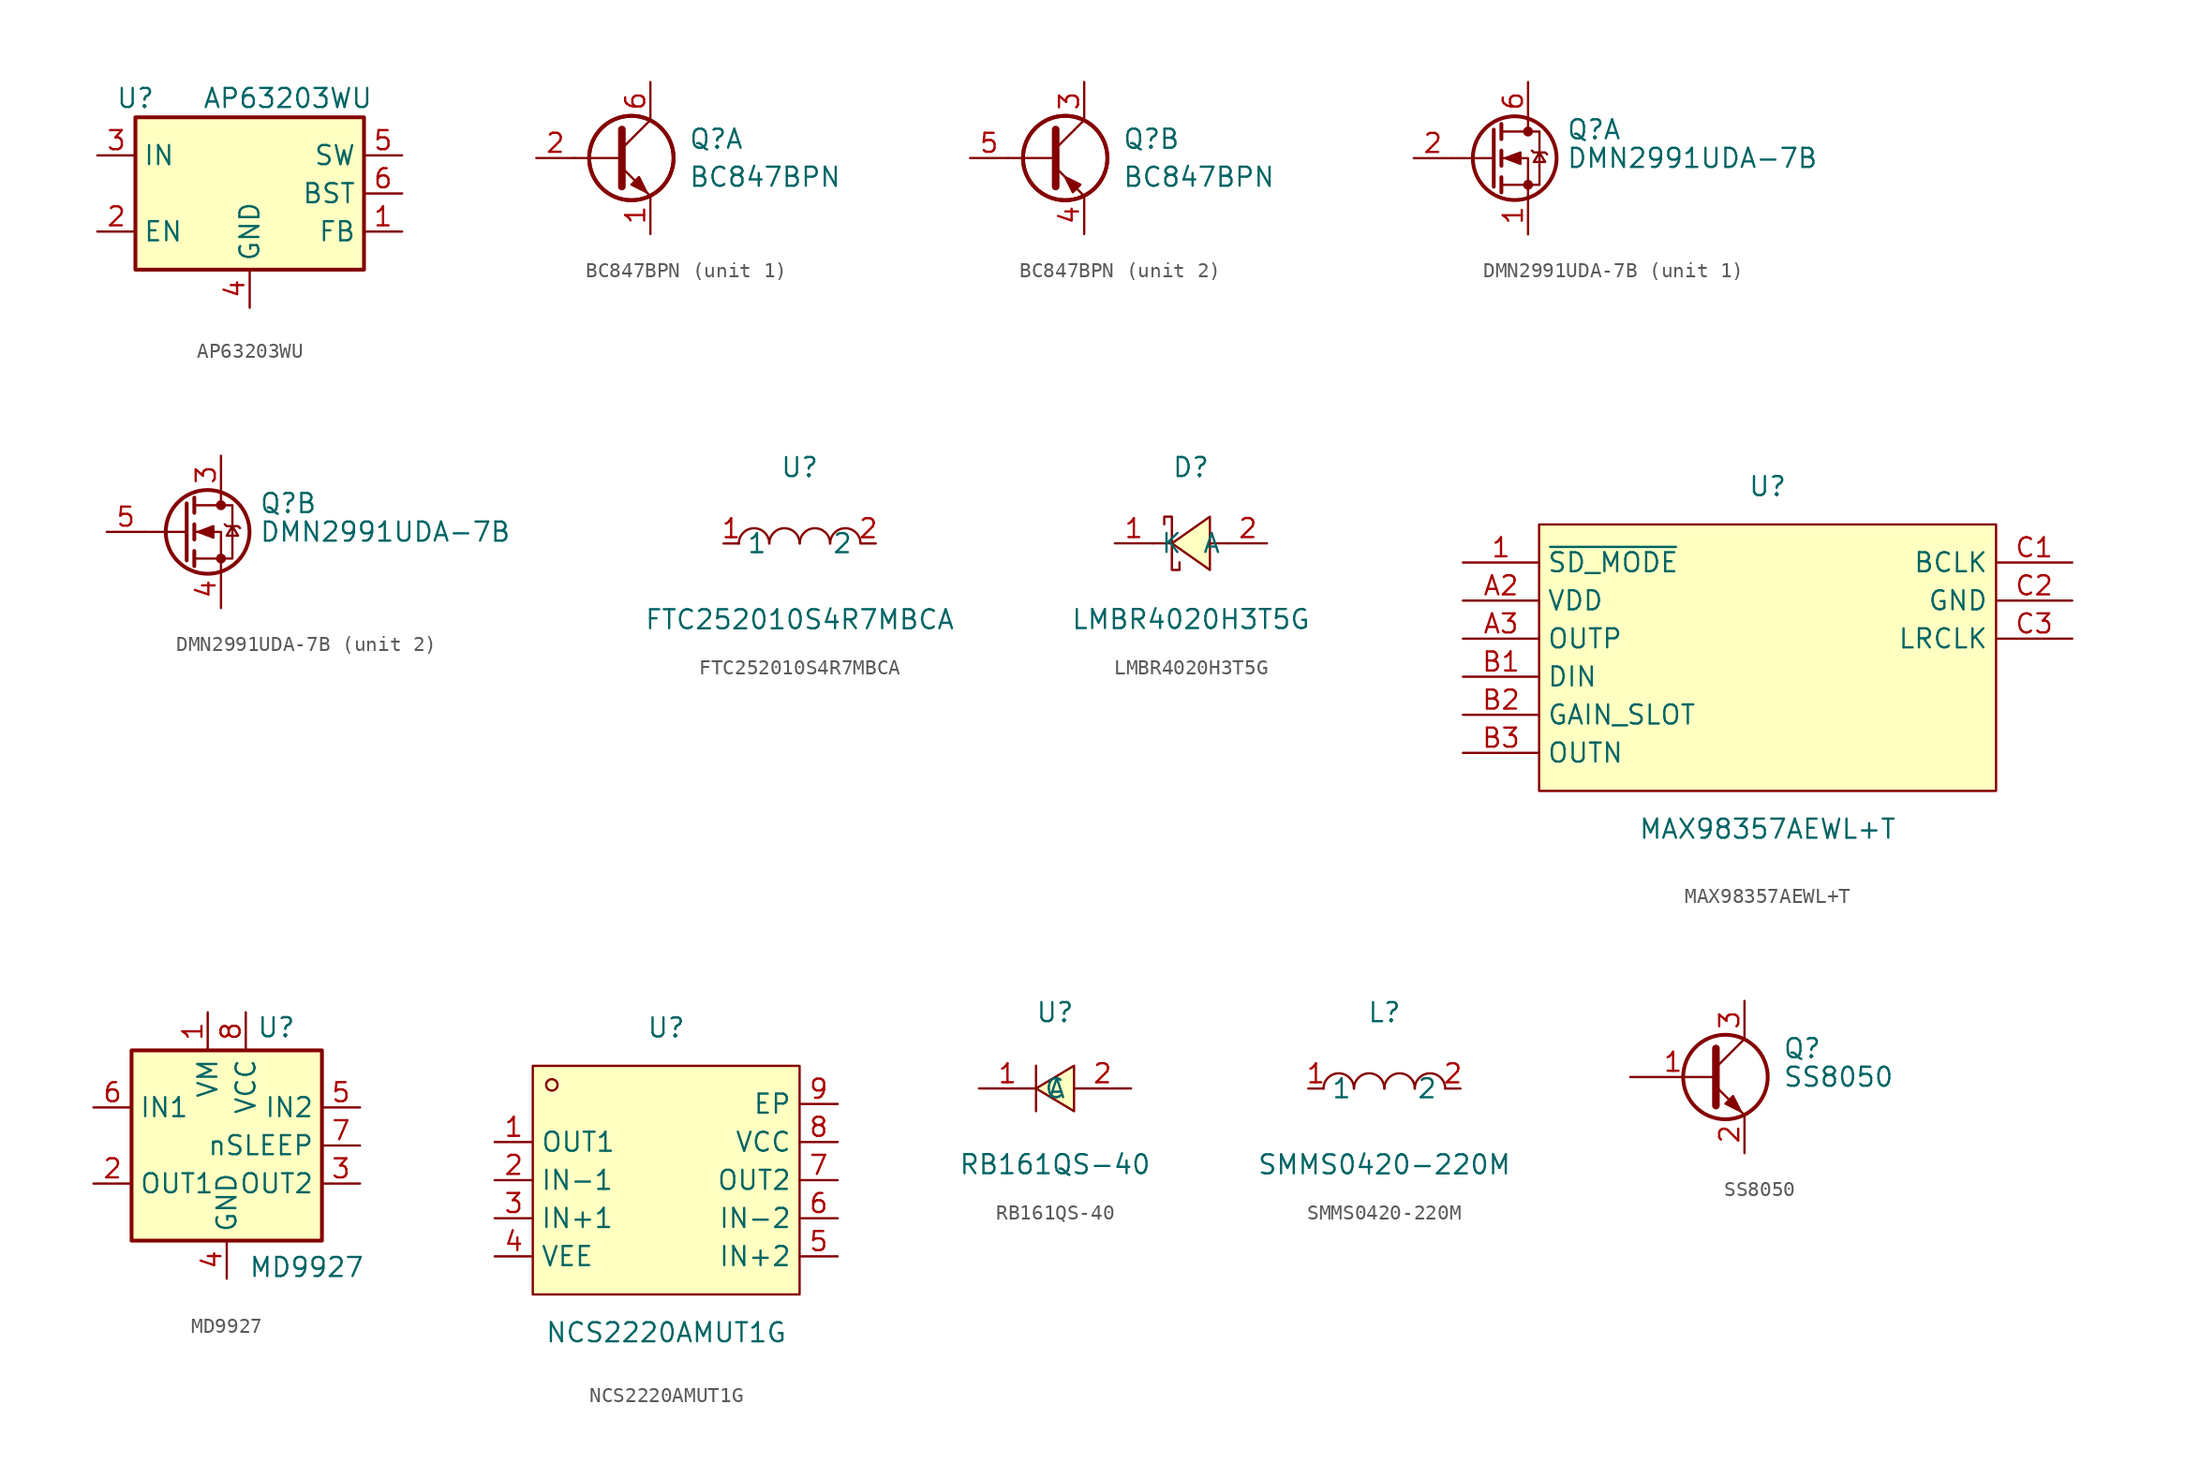
<source format=kicad_sym>
(kicad_symbol_lib
  (version 20241209)
  (generator "kicad_symbol_editor")
  (generator_version "9.0")
  (symbol "AP63203WU"
    (property "Reference" "U"
      (at -7.62 6.35 0)
      (effects (font (size 1.27 1.27))))
    (property "Value" "AP63203WU"
      (at 2.54 6.35 0)
      (effects (font (size 1.27 1.27))))
    (symbol "AP63203WU_0_1"
      (rectangle (start -7.62 5.08) (end 7.62 -5.08) (stroke (width 0.254) (type default)) (fill (type background))))
    (symbol "AP63203WU_1_1"
      (pin power_in line (at -10.16 2.54 0) (length 2.54) (name "IN" (effects (font (size 1.27 1.27)))) (number "3" (effects (font (size 1.27 1.27)))))
      (pin input line (at -10.16 -2.54 0) (length 2.54) (name "EN" (effects (font (size 1.27 1.27)))) (number "2" (effects (font (size 1.27 1.27)))))
      (pin power_in line (at 0 -7.62 90) (length 2.54) (name "GND" (effects (font (size 1.27 1.27)))) (number "4" (effects (font (size 1.27 1.27)))))
      (pin output line (at 10.16 2.54 180) (length 2.54) (name "SW" (effects (font (size 1.27 1.27)))) (number "5" (effects (font (size 1.27 1.27)))))
      (pin passive line (at 10.16 0 180) (length 2.54) (name "BST" (effects (font (size 1.27 1.27)))) (number "6" (effects (font (size 1.27 1.27)))))
      (pin input line (at 10.16 -2.54 180) (length 2.54) (name "FB" (effects (font (size 1.27 1.27)))) (number "1" (effects (font (size 1.27 1.27)))))))
  (symbol "BC847BPN"
    (pin_names
      (offset 0)
      (hide yes))
    (property "Reference" "Q"
      (at 5.08 1.27 0)
      (effects (font (size 1.27 1.27)) (justify left)))
    (property "Value" "BC847BPN"
      (at 5.08 -1.27 0)
      (effects (font (size 1.27 1.27)) (justify left)))
    (property "ki_locked" ""
      (at 0 0 0)
      (effects (font (size 1.27 1.27))))
    (symbol "BC847BPN_0_1"
      (polyline (pts (xy 0.635 0) (xy -2.54 0)) (stroke (width 0) (type default)) (fill (type none)))
      (circle (center 1.27 0) (radius 2.819) (stroke (width 0.254) (type default)) (fill (type none)))
      (circle (center 1.27 0) (radius 2.819) (stroke (width 0.254) (type default)) (fill (type none))))
    (symbol "BC847BPN_1_1"
      (polyline (pts (xy 0.635 1.905) (xy 0.635 -1.905) (xy 0.635 -1.905)) (stroke (width 0.508) (type default)) (fill (type none)))
      (polyline (pts (xy 0.635 0.635) (xy 2.54 2.54)) (stroke (width 0) (type default)) (fill (type none)))
      (polyline (pts (xy 0.635 -0.635) (xy 2.54 -2.54) (xy 2.54 -2.54)) (stroke (width 0) (type default)) (fill (type none)))
      (polyline (pts (xy 1.27 -1.778) (xy 1.778 -1.27) (xy 2.286 -2.286) (xy 1.27 -1.778) (xy 1.27 -1.778)) (stroke (width 0) (type default)) (fill (type outline)))
      (pin input line (at -5.08 0 0) (length 2.54) (name "B1" (effects (font (size 1.27 1.27)))) (number "2" (effects (font (size 1.27 1.27)))))
      (pin passive line (at 2.54 5.08 270) (length 2.54) (name "C1" (effects (font (size 1.27 1.27)))) (number "6" (effects (font (size 1.27 1.27)))))
      (pin passive line (at 2.54 -5.08 90) (length 2.54) (name "E1" (effects (font (size 1.27 1.27)))) (number "1" (effects (font (size 1.27 1.27))))))
    (symbol "BC847BPN_2_1"
      (polyline (pts (xy 0.635 1.905) (xy 0.635 -1.905) (xy 0.635 -1.905)) (stroke (width 0.508) (type default)) (fill (type none)))
      (polyline (pts (xy 0.635 0.635) (xy 2.54 2.54)) (stroke (width 0) (type default)) (fill (type none)))
      (polyline (pts (xy 0.635 -0.635) (xy 2.54 -2.54) (xy 2.54 -2.54)) (stroke (width 0) (type default)) (fill (type none)))
      (polyline (pts (xy 2.286 -1.778) (xy 1.778 -2.286) (xy 1.27 -1.27) (xy 2.286 -1.778) (xy 2.286 -1.778)) (stroke (width 0) (type default)) (fill (type outline)))
      (pin input line (at -5.08 0 0) (length 2.54) (name "B2" (effects (font (size 1.27 1.27)))) (number "5" (effects (font (size 1.27 1.27)))))
      (pin passive line (at 2.54 5.08 270) (length 2.54) (name "C2" (effects (font (size 1.27 1.27)))) (number "3" (effects (font (size 1.27 1.27)))))
      (pin passive line (at 2.54 -5.08 90) (length 2.54) (name "E2" (effects (font (size 1.27 1.27)))) (number "4" (effects (font (size 1.27 1.27)))))))
  (symbol "DMN2991UDA-7B"
    (pin_names
      (hide yes))
    (property "Reference" "Q"
      (at 5.08 1.905 0)
      (effects (font (size 1.27 1.27)) (justify left)))
    (property "Value" "DMN2991UDA-7B"
      (at 5.08 0 0)
      (effects (font (size 1.27 1.27)) (justify left)))
    (symbol "DMN2991UDA-7B_0_1"
      (polyline (pts (xy 0.254 1.905) (xy 0.254 -1.905)) (stroke (width 0.254) (type default)) (fill (type none)))
      (polyline (pts (xy 0.254 0) (xy -2.54 0)) (stroke (width 0) (type default)) (fill (type none)))
      (polyline (pts (xy 0.762 2.286) (xy 0.762 1.27)) (stroke (width 0.254) (type default)) (fill (type none)))
      (polyline (pts (xy 0.762 0.508) (xy 0.762 -0.508)) (stroke (width 0.254) (type default)) (fill (type none)))
      (polyline (pts (xy 0.762 -1.27) (xy 0.762 -2.286)) (stroke (width 0.254) (type default)) (fill (type none)))
      (polyline (pts (xy 0.762 -1.778) (xy 3.302 -1.778) (xy 3.302 1.778) (xy 0.762 1.778)) (stroke (width 0) (type default)) (fill (type none)))
      (polyline (pts (xy 1.016 0) (xy 2.032 0.381) (xy 2.032 -0.381) (xy 1.016 0)) (stroke (width 0) (type default)) (fill (type outline)))
      (circle (center 1.651 0) (radius 2.794) (stroke (width 0.254) (type default)) (fill (type none)))
      (polyline (pts (xy 2.54 2.54) (xy 2.54 1.778)) (stroke (width 0) (type default)) (fill (type none)))
      (circle (center 2.54 1.778) (radius 0.254) (stroke (width 0) (type default)) (fill (type outline)))
      (circle (center 2.54 -1.778) (radius 0.254) (stroke (width 0) (type default)) (fill (type outline)))
      (polyline (pts (xy 2.54 -2.54) (xy 2.54 0) (xy 0.762 0)) (stroke (width 0) (type default)) (fill (type none)))
      (polyline (pts (xy 2.794 0.508) (xy 2.921 0.381) (xy 3.683 0.381) (xy 3.81 0.254)) (stroke (width 0) (type default)) (fill (type none)))
      (polyline (pts (xy 3.302 0.381) (xy 2.921 -0.254) (xy 3.683 -0.254) (xy 3.302 0.381)) (stroke (width 0) (type default)) (fill (type none))))
    (symbol "DMN2991UDA-7B_1_1"
      (pin passive line (at -5.08 0 0) (length 2.54) (name "G1" (effects (font (size 1.27 1.27)))) (number "2" (effects (font (size 1.27 1.27)))))
      (pin passive line (at 2.54 5.08 270) (length 2.54) (name "D1" (effects (font (size 1.27 1.27)))) (number "6" (effects (font (size 1.27 1.27)))))
      (pin passive line (at 2.54 -5.08 90) (length 2.54) (name "S1" (effects (font (size 1.27 1.27)))) (number "1" (effects (font (size 1.27 1.27))))))
    (symbol "DMN2991UDA-7B_2_1"
      (pin passive line (at -5.08 0 0) (length 2.54) (name "G2" (effects (font (size 1.27 1.27)))) (number "5" (effects (font (size 1.27 1.27)))))
      (pin passive line (at 2.54 5.08 270) (length 2.54) (name "D2" (effects (font (size 1.27 1.27)))) (number "3" (effects (font (size 1.27 1.27)))))
      (pin passive line (at 2.54 -5.08 90) (length 2.54) (name "S2" (effects (font (size 1.27 1.27)))) (number "4" (effects (font (size 1.27 1.27)))))))
  (symbol "FTC252010S4R7MBCA"
    (property "Reference" "U"
      (at 0 5.08 0)
      (effects (font (size 1.27 1.27))))
    (property "Value" "FTC252010S4R7MBCA"
      (at 0 -5.08 0)
      (effects (font (size 1.27 1.27))))
    (symbol "FTC252010S4R7MBCA_0_1"
      (arc (start -4.06 -0.01) (mid -2.83 0.99) (end -2.03 0.01) (stroke (width 0) (type default)) (fill (type none)))
      (arc (start -2.03 -0.01) (mid -0.8 0.99) (end 0 0.01) (stroke (width 0) (type default)) (fill (type none)))
      (arc (start 0 -0.01) (mid 1.23 0.99) (end 2.03 0.01) (stroke (width 0) (type default)) (fill (type none)))
      (arc (start 2.03 -0.01) (mid 3.26 0.99) (end 4.06 0.01) (stroke (width 0) (type default)) (fill (type none)))
      (pin unspecified line (at -5.08 0 0) (length 1.016) (name "1" (effects (font (size 1.27 1.27)))) (number "1" (effects (font (size 1.27 1.27)))))
      (pin unspecified line (at 5.08 0 180) (length 1.016) (name "2" (effects (font (size 1.27 1.27)))) (number "2" (effects (font (size 1.27 1.27)))))))
  (symbol "LMBR4020H3T5G"
    (property "Reference" "D"
      (at 0 5.08 0)
      (effects (font (size 1.27 1.27))))
    (property "Value" "LMBR4020H3T5G"
      (at 0 -5.08 0)
      (effects (font (size 1.27 1.27))))
    (symbol "LMBR4020H3T5G_0_1"
      (polyline (pts (xy -1.78 1.27) (xy -1.78 1.78) (xy -1.27 1.78) (xy -1.27 -1.78) (xy -0.76 -1.78) (xy -0.76 -1.27)) (stroke (width 0) (type default)) (fill (type none)))
      (polyline (pts (xy -1.27 0) (xy -2.54 0)) (stroke (width 0) (type default)) (fill (type none)))
      (polyline (pts (xy 1.27 1.78) (xy -1.27 0) (xy 1.27 -1.78) (xy 1.27 1.78)) (stroke (width 0) (type default)) (fill (type background)))
      (polyline (pts (xy 2.54 0) (xy 1.27 0)) (stroke (width 0) (type default)) (fill (type none)))
      (pin unspecified line (at -5.08 0 0) (length 2.54) (name "K" (effects (font (size 1.27 1.27)))) (number "1" (effects (font (size 1.27 1.27)))))
      (pin unspecified line (at 5.08 0 180) (length 2.54) (name "A" (effects (font (size 1.27 1.27)))) (number "2" (effects (font (size 1.27 1.27)))))))
  (symbol "MAX98357AEWL+T"
    (property "Reference" "U"
      (at 0 10.16 0)
      (effects (font (size 1.27 1.27))))
    (property "Value" "MAX98357AEWL+T"
      (at 0 -12.7 0)
      (effects (font (size 1.27 1.27))))
    (symbol "MAX98357AEWL+T_0_1"
      (rectangle (start -15.24 7.62) (end 15.24 -10.16) (stroke (width 0) (type default)) (fill (type background)))
      (pin unspecified line (at -20.32 5.08 0) (length 5.08) (name "~{SD_MODE}" (effects (font (size 1.27 1.27)))) (number "1" (effects (font (size 1.27 1.27)))))
      (pin unspecified line (at -20.32 2.54 0) (length 5.08) (name "VDD" (effects (font (size 1.27 1.27)))) (number "A2" (effects (font (size 1.27 1.27)))))
      (pin unspecified line (at -20.32 0 0) (length 5.08) (name "OUTP" (effects (font (size 1.27 1.27)))) (number "A3" (effects (font (size 1.27 1.27)))))
      (pin unspecified line (at -20.32 -2.54 0) (length 5.08) (name "DIN" (effects (font (size 1.27 1.27)))) (number "B1" (effects (font (size 1.27 1.27)))))
      (pin unspecified line (at -20.32 -5.08 0) (length 5.08) (name "GAIN_SLOT" (effects (font (size 1.27 1.27)))) (number "B2" (effects (font (size 1.27 1.27)))))
      (pin unspecified line (at -20.32 -7.62 0) (length 5.08) (name "OUTN" (effects (font (size 1.27 1.27)))) (number "B3" (effects (font (size 1.27 1.27)))))
      (pin unspecified line (at 20.32 5.08 180) (length 5.08) (name "BCLK" (effects (font (size 1.27 1.27)))) (number "C1" (effects (font (size 1.27 1.27)))))
      (pin unspecified line (at 20.32 2.54 180) (length 5.08) (name "GND" (effects (font (size 1.27 1.27)))) (number "C2" (effects (font (size 1.27 1.27)))))
      (pin unspecified line (at 20.32 0 180) (length 5.08) (name "LRCLK" (effects (font (size 1.27 1.27)))) (number "C3" (effects (font (size 1.27 1.27)))))))
  (symbol "MD9927"
    (property "Reference" "U"
      (at 3.302 7.874 0)
      (effects (font (size 1.27 1.27))))
    (property "Value" "MD9927"
      (at 5.334 -8.128 0)
      (effects (font (size 1.27 1.27))))
    (symbol "MD9927_0_1"
      (rectangle (start -6.35 6.35) (end 6.35 -6.35) (stroke (width 0.254) (type default)) (fill (type background))))
    (symbol "MD9927_1_1"
      (pin output line (at -8.89 2.54 0) (length 2.54) (name "IN1" (effects (font (size 1.27 1.27)))) (number "6" (effects (font (size 1.27 1.27)))))
      (pin output line (at -8.89 -2.54 0) (length 2.54) (name "OUT1" (effects (font (size 1.27 1.27)))) (number "2" (effects (font (size 1.27 1.27)))))
      (pin power_in line (at -1.27 8.89 270) (length 2.54) (name "VM" (effects (font (size 1.27 1.27)))) (number "1" (effects (font (size 1.27 1.27)))))
      (pin power_in line (at 0 -8.89 90) (length 2.54) (name "GND" (effects (font (size 1.27 1.27)))) (number "4" (effects (font (size 1.27 1.27)))))
      (pin passive line (at 0 -8.89 90) (length 2.54) (hide yes) (name "GND" (effects (font (size 1.27 1.27)))) (number "9" (effects (font (size 1.27 1.27)))))
      (pin power_in line (at 1.27 8.89 270) (length 2.54) (name "VCC" (effects (font (size 1.27 1.27)))) (number "8" (effects (font (size 1.27 1.27)))))
      (pin output line (at 8.89 2.54 180) (length 2.54) (name "IN2" (effects (font (size 1.27 1.27)))) (number "5" (effects (font (size 1.27 1.27)))))
      (pin passive line (at 8.89 0 180) (length 2.54) (name "nSLEEP" (effects (font (size 1.27 1.27)))) (number "7" (effects (font (size 1.27 1.27)))))
      (pin output line (at 8.89 -2.54 180) (length 2.54) (name "OUT2" (effects (font (size 1.27 1.27)))) (number "3" (effects (font (size 1.27 1.27)))))))
  (symbol "NCS2220AMUT1G"
    (property "Reference" "U"
      (at 0 10.16 0)
      (effects (font (size 1.27 1.27))))
    (property "Value" "NCS2220AMUT1G"
      (at 0 -10.16 0)
      (effects (font (size 1.27 1.27))))
    (symbol "NCS2220AMUT1G_0_1"
      (rectangle (start -8.89 7.62) (end 8.89 -7.62) (stroke (width 0) (type default)) (fill (type background)))
      (circle (center -7.62 6.35) (radius 0.38) (stroke (width 0) (type default)) (fill (type none)))
      (pin unspecified line (at -11.43 2.54 0) (length 2.54) (name "OUT1" (effects (font (size 1.27 1.27)))) (number "1" (effects (font (size 1.27 1.27)))))
      (pin unspecified line (at -11.43 0 0) (length 2.54) (name "IN−1" (effects (font (size 1.27 1.27)))) (number "2" (effects (font (size 1.27 1.27)))))
      (pin unspecified line (at -11.43 -2.54 0) (length 2.54) (name "IN+1" (effects (font (size 1.27 1.27)))) (number "3" (effects (font (size 1.27 1.27)))))
      (pin unspecified line (at -11.43 -5.08 0) (length 2.54) (name "VEE" (effects (font (size 1.27 1.27)))) (number "4" (effects (font (size 1.27 1.27)))))
      (pin unspecified line (at 11.43 5.08 180) (length 2.54) (name "EP" (effects (font (size 1.27 1.27)))) (number "9" (effects (font (size 1.27 1.27)))))
      (pin unspecified line (at 11.43 2.54 180) (length 2.54) (name "VCC" (effects (font (size 1.27 1.27)))) (number "8" (effects (font (size 1.27 1.27)))))
      (pin unspecified line (at 11.43 0 180) (length 2.54) (name "OUT2" (effects (font (size 1.27 1.27)))) (number "7" (effects (font (size 1.27 1.27)))))
      (pin unspecified line (at 11.43 -2.54 180) (length 2.54) (name "IN−2" (effects (font (size 1.27 1.27)))) (number "6" (effects (font (size 1.27 1.27)))))
      (pin unspecified line (at 11.43 -5.08 180) (length 2.54) (name "IN+2" (effects (font (size 1.27 1.27)))) (number "5" (effects (font (size 1.27 1.27)))))))
  (symbol "RB161QS-40"
    (property "Reference" "U"
      (at 0 5.08 0)
      (effects (font (size 1.27 1.27))))
    (property "Value" "RB161QS-40"
      (at 0 -5.08 0)
      (effects (font (size 1.27 1.27))))
    (symbol "RB161QS-40_0_1"
      (polyline (pts (xy -1.27 -1.52) (xy -1.27 1.52)) (stroke (width 0) (type default)) (fill (type none)))
      (polyline (pts (xy 1.27 1.52) (xy -1.27 0) (xy 1.27 -1.52) (xy 1.27 1.52)) (stroke (width 0) (type default)) (fill (type background)))
      (pin unspecified line (at -5.08 0 0) (length 3.81) (name "C" (effects (font (size 1.27 1.27)))) (number "1" (effects (font (size 1.27 1.27)))))
      (pin unspecified line (at 5.08 0 180) (length 3.81) (name "A" (effects (font (size 1.27 1.27)))) (number "2" (effects (font (size 1.27 1.27)))))))
  (symbol "SMMS0420-220M"
    (property "Reference" "L"
      (at 0 5.08 0)
      (effects (font (size 1.27 1.27))))
    (property "Value" "SMMS0420-220M"
      (at 0 -5.08 0)
      (effects (font (size 1.27 1.27))))
    (symbol "SMMS0420-220M_0_1"
      (arc (start -4.06 -0.01) (mid -2.83 0.99) (end -2.03 0.01) (stroke (width 0) (type default)) (fill (type none)))
      (arc (start -2.03 -0.01) (mid -0.8 0.99) (end 0 0.01) (stroke (width 0) (type default)) (fill (type none)))
      (arc (start 0 -0.01) (mid 1.23 0.99) (end 2.03 0.01) (stroke (width 0) (type default)) (fill (type none)))
      (arc (start 2.03 -0.01) (mid 3.26 0.99) (end 4.06 0.01) (stroke (width 0) (type default)) (fill (type none)))
      (pin unspecified line (at -5.08 0 0) (length 1.016) (name "1" (effects (font (size 1.27 1.27)))) (number "1" (effects (font (size 1.27 1.27)))))
      (pin unspecified line (at 5.08 0 180) (length 1.016) (name "2" (effects (font (size 1.27 1.27)))) (number "2" (effects (font (size 1.27 1.27)))))))
  (symbol "SS8050"
    (pin_names
      (offset 0)
      (hide yes))
    (property "Reference" "Q"
      (at 5.08 1.905 0)
      (effects (font (size 1.27 1.27)) (justify left)))
    (property "Value" "SS8050"
      (at 5.08 0 0)
      (effects (font (size 1.27 1.27)) (justify left)))
    (symbol "SS8050_0_1"
      (polyline (pts (xy 0.635 1.905) (xy 0.635 -1.905) (xy 0.635 -1.905)) (stroke (width 0.508) (type default)) (fill (type none)))
      (polyline (pts (xy 0.635 0.635) (xy 2.54 2.54)) (stroke (width 0) (type default)) (fill (type none)))
      (polyline (pts (xy 0.635 -0.635) (xy 2.54 -2.54) (xy 2.54 -2.54)) (stroke (width 0) (type default)) (fill (type none)))
      (circle (center 1.27 0) (radius 2.819) (stroke (width 0.254) (type default)) (fill (type none)))
      (polyline (pts (xy 1.27 -1.778) (xy 1.778 -1.27) (xy 2.286 -2.286) (xy 1.27 -1.778) (xy 1.27 -1.778)) (stroke (width 0) (type default)) (fill (type outline))))
    (symbol "SS8050_1_1"
      (pin input line (at -5.08 0 0) (length 5.715) (name "B" (effects (font (size 1.27 1.27)))) (number "1" (effects (font (size 1.27 1.27)))))
      (pin passive line (at 2.54 5.08 270) (length 2.54) (name "C" (effects (font (size 1.27 1.27)))) (number "3" (effects (font (size 1.27 1.27)))))
      (pin passive line (at 2.54 -5.08 90) (length 2.54) (name "E" (effects (font (size 1.27 1.27)))) (number "2" (effects (font (size 1.27 1.27))))))))
</source>
